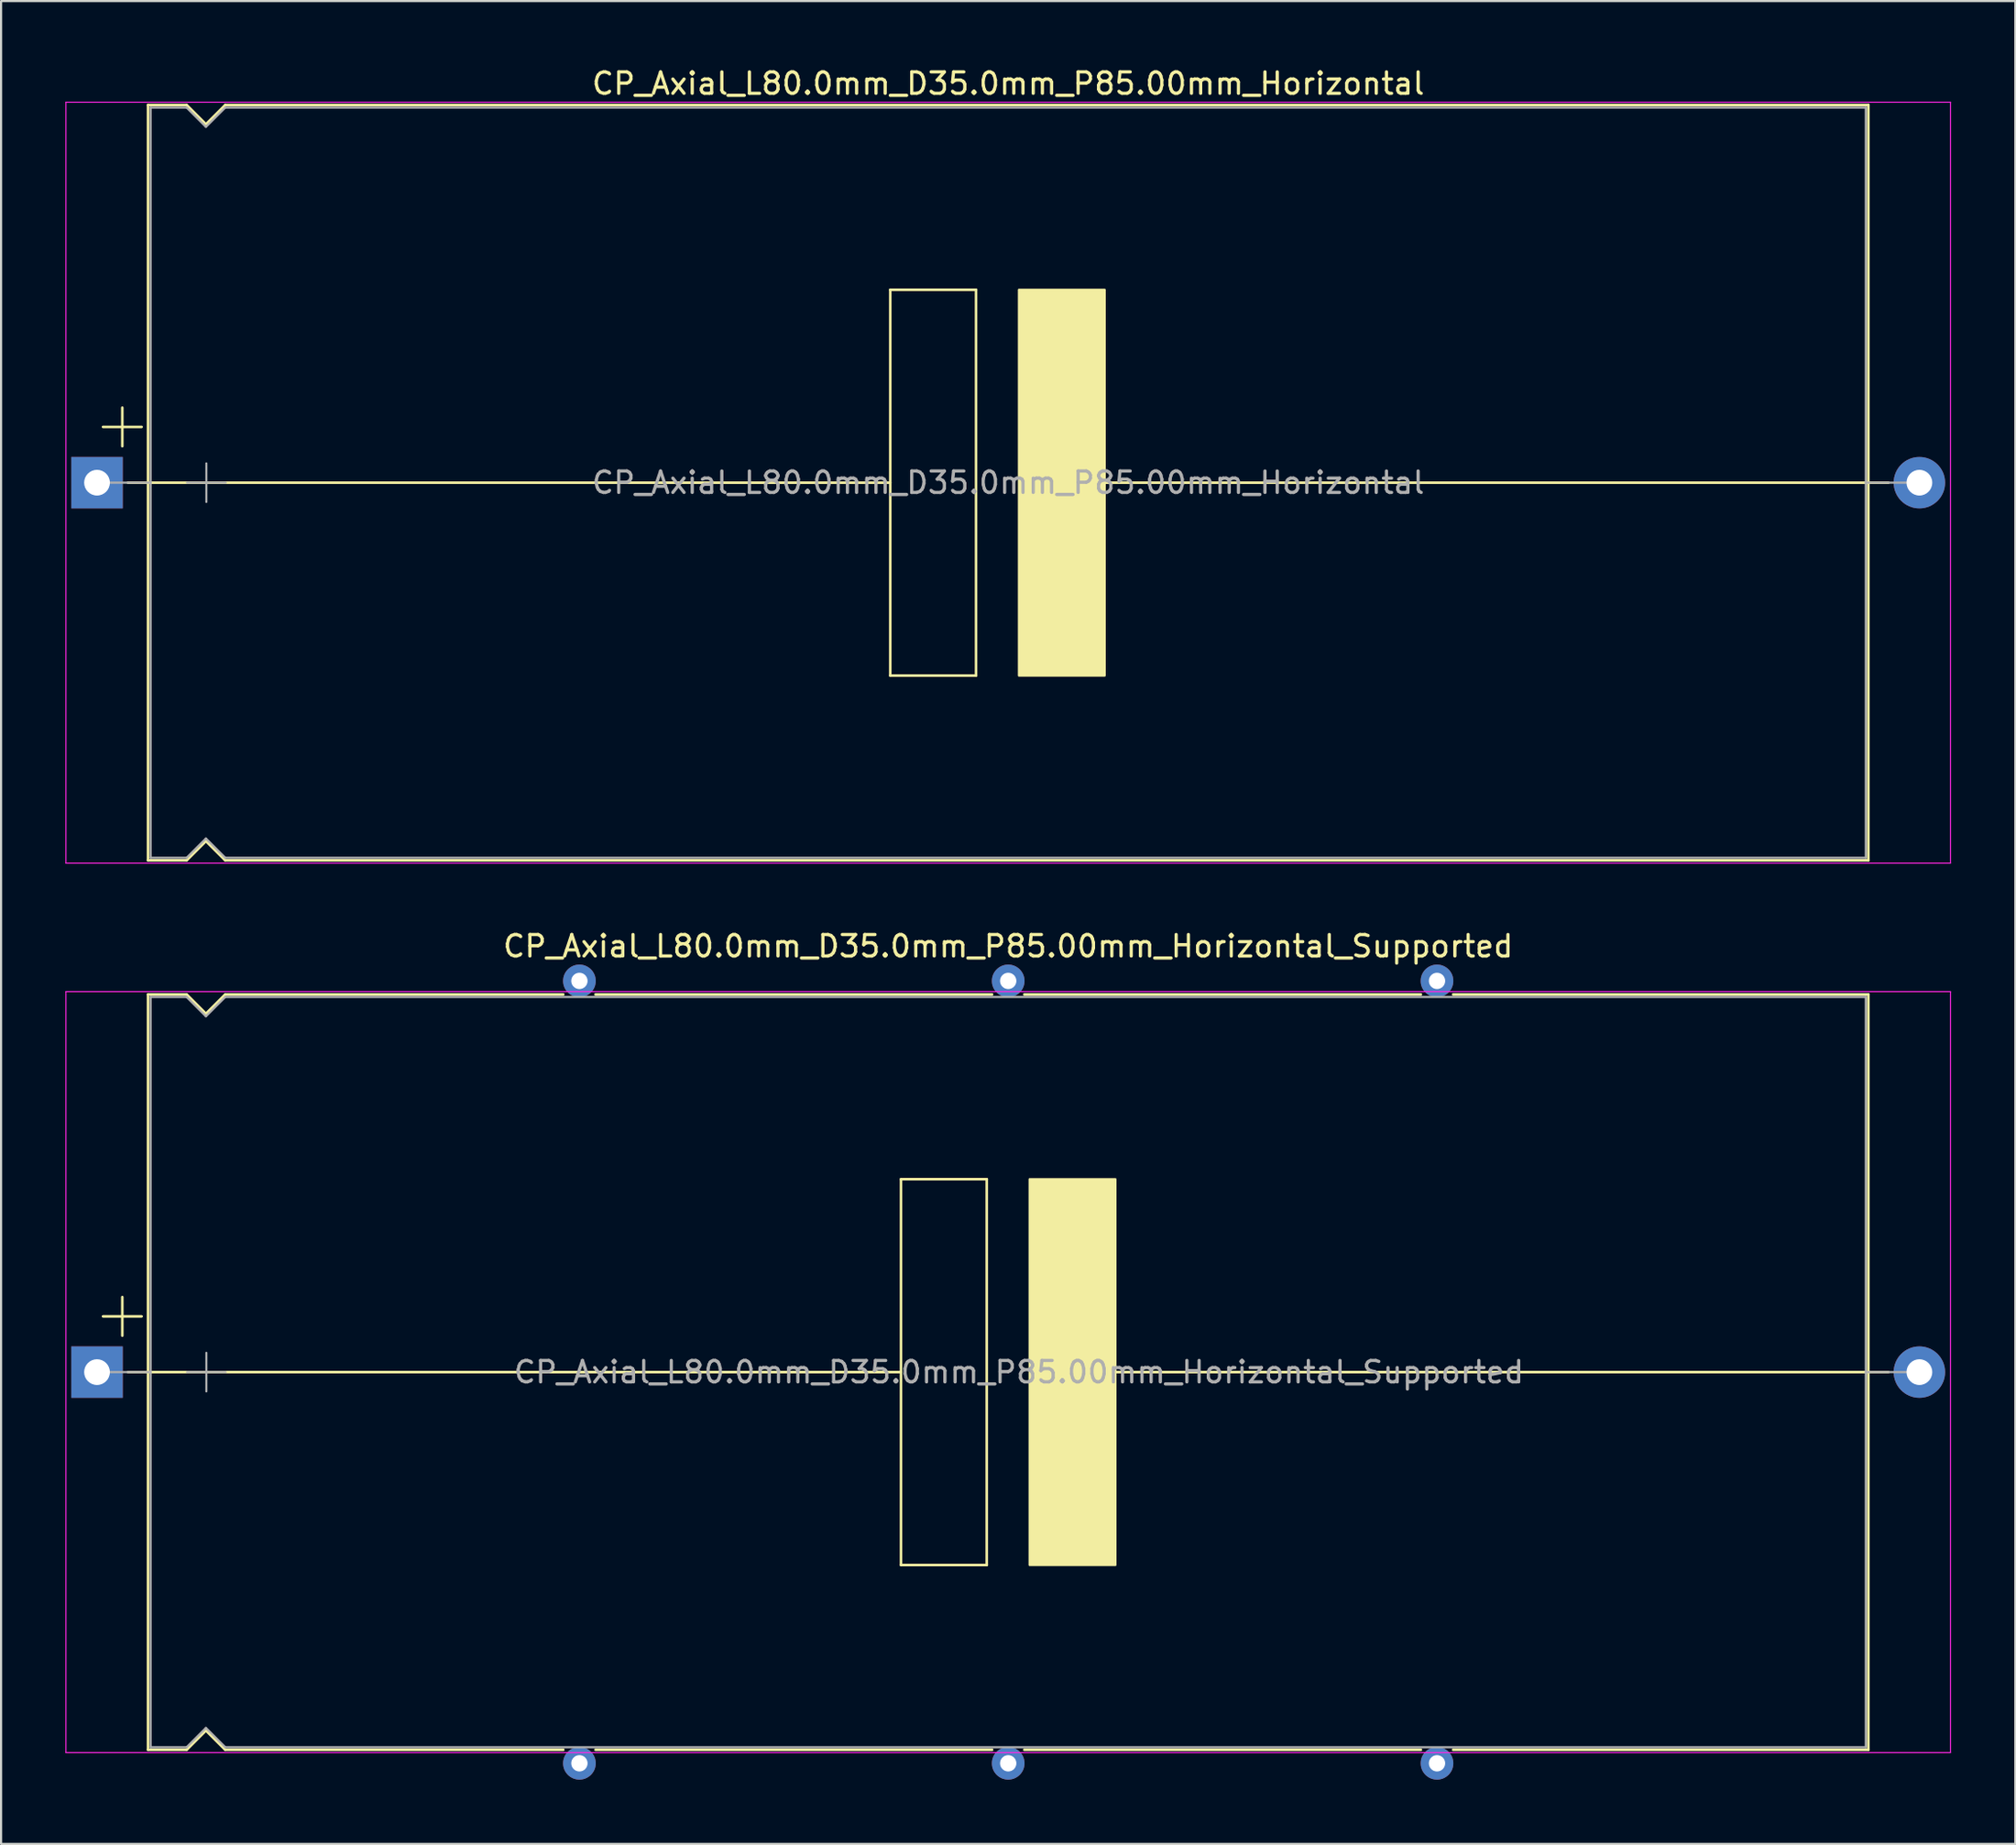
<source format=kicad_pcb>
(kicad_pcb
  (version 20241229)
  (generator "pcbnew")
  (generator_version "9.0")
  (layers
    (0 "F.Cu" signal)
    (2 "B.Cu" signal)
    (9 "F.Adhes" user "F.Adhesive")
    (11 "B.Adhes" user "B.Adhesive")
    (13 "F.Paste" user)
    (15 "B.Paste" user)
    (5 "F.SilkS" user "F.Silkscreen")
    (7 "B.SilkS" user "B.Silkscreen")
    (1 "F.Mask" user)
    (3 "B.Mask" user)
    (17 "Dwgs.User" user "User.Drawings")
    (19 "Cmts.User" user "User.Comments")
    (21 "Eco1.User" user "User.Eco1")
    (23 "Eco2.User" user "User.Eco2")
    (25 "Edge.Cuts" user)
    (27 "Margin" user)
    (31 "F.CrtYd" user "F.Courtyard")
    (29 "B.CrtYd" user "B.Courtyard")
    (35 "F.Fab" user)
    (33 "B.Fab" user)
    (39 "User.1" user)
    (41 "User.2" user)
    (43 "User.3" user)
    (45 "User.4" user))
  (footprint "CP_Axial_L80.0mm_D35.0mm_P85.00mm_Horizontal_Supported"
    (layer "F.Cu")
    (at 1.475 60.962)
    (property "Reference" "CP_Axial_L80.0mm_D35.0mm_P85.00mm_Horizontal_Supported" (at 42.5 -19.87 0) (layer "F.SilkS") (effects (font (size 1 1) (thickness 0.15))))
    (attr through_hole)
    (fp_line (start 0.28 -2.6) (end 2.08 -2.6) (stroke (width 0.12) (type solid)) (layer "F.SilkS"))
    (fp_line (start 1.18 -3.5) (end 1.18 -1.7) (stroke (width 0.12) (type solid)) (layer "F.SilkS"))
    (fp_line (start 1.44 0) (end 2.38 0) (stroke (width 0.12) (type solid)) (layer "F.SilkS"))
    (fp_line (start 2.38 -17.62) (end 2.38 17.62) (stroke (width 0.12) (type solid)) (layer "F.SilkS"))
    (fp_line (start 2.38 -17.62) (end 4.18 -17.62) (stroke (width 0.12) (type solid)) (layer "F.SilkS"))
    (fp_line (start 2.38 0) (end 37.5 0) (stroke (width 0.12) (type solid)) (layer "F.SilkS"))
    (fp_line (start 2.38 17.62) (end 4.18 17.62) (stroke (width 0.12) (type solid)) (layer "F.SilkS"))
    (fp_line (start 4.18 -17.62) (end 5.08 -16.72) (stroke (width 0.12) (type solid)) (layer "F.SilkS"))
    (fp_line (start 4.18 17.62) (end 5.08 16.72) (stroke (width 0.12) (type solid)) (layer "F.SilkS"))
    (fp_line (start 5.08 -16.72) (end 5.98 -17.62) (stroke (width 0.12) (type solid)) (layer "F.SilkS"))
    (fp_line (start 5.08 16.72) (end 5.98 17.62) (stroke (width 0.12) (type solid)) (layer "F.SilkS"))
    (fp_line (start 5.98 -17.62) (end 21.75 -17.62) (stroke (width 0.12) (type solid)) (layer "F.SilkS"))
    (fp_line (start 5.98 17.62) (end 21.75 17.62) (stroke (width 0.12) (type solid)) (layer "F.SilkS"))
    (fp_line (start 23.25 -17.62) (end 41.75 -17.62) (stroke (width 0.12) (type solid)) (layer "F.SilkS"))
    (fp_line (start 23.25 17.62) (end 41.75 17.62) (stroke (width 0.12) (type solid)) (layer "F.SilkS"))
    (fp_line (start 37.5 -9) (end 41.5 -9) (stroke (width 0.12) (type solid)) (layer "F.SilkS"))
    (fp_line (start 37.5 9) (end 37.5 -9) (stroke (width 0.12) (type solid)) (layer "F.SilkS"))
    (fp_line (start 41.5 -9) (end 41.5 9) (stroke (width 0.12) (type solid)) (layer "F.SilkS"))
    (fp_line (start 41.5 9) (end 37.5 9) (stroke (width 0.12) (type solid)) (layer "F.SilkS"))
    (fp_line (start 43.25 -17.62) (end 61.75 -17.62) (stroke (width 0.12) (type solid)) (layer "F.SilkS"))
    (fp_line (start 43.25 17.62) (end 61.75 17.62) (stroke (width 0.12) (type solid)) (layer "F.SilkS"))
    (fp_line (start 47 0) (end 82.62 0) (stroke (width 0.12) (type solid)) (layer "F.SilkS"))
    (fp_line (start 63.25 -17.62) (end 82.62 -17.62) (stroke (width 0.12) (type solid)) (layer "F.SilkS"))
    (fp_line (start 63.25 17.62) (end 82.62 17.62) (stroke (width 0.12) (type solid)) (layer "F.SilkS"))
    (fp_line (start 82.62 -17.62) (end 82.62 17.62) (stroke (width 0.12) (type solid)) (layer "F.SilkS"))
    (fp_line (start 83.56 0) (end 82.62 0) (stroke (width 0.12) (type solid)) (layer "F.SilkS"))
    (fp_poly (pts (xy 47.5 9) (xy 43.5 9) (xy 43.5 -9) (xy 47.5 -9)) (stroke (width 0.1) (type solid)) (fill yes) (layer "F.SilkS"))
    (fp_line (start -1.45 -17.75) (end -1.45 17.75) (stroke (width 0.05) (type solid)) (layer "F.CrtYd"))
    (fp_line (start -1.45 17.75) (end 86.45 17.75) (stroke (width 0.05) (type solid)) (layer "F.CrtYd"))
    (fp_line (start 86.45 -17.75) (end -1.45 -17.75) (stroke (width 0.05) (type solid)) (layer "F.CrtYd"))
    (fp_line (start 86.45 17.75) (end 86.45 -17.75) (stroke (width 0.05) (type solid)) (layer "F.CrtYd"))
    (fp_line (start 0 0) (end 2.5 0) (stroke (width 0.1) (type solid)) (layer "F.Fab"))
    (fp_line (start 2.5 -17.5) (end 2.5 17.5) (stroke (width 0.1) (type solid)) (layer "F.Fab"))
    (fp_line (start 2.5 -17.5) (end 4.18 -17.5) (stroke (width 0.1) (type solid)) (layer "F.Fab"))
    (fp_line (start 2.5 17.5) (end 4.18 17.5) (stroke (width 0.1) (type solid)) (layer "F.Fab"))
    (fp_line (start 4.18 -17.5) (end 5.08 -16.6) (stroke (width 0.1) (type solid)) (layer "F.Fab"))
    (fp_line (start 4.18 17.5) (end 5.08 16.6) (stroke (width 0.1) (type solid)) (layer "F.Fab"))
    (fp_line (start 4.2 0) (end 6 0) (stroke (width 0.1) (type solid)) (layer "F.Fab"))
    (fp_line (start 5.08 -16.6) (end 5.98 -17.5) (stroke (width 0.1) (type solid)) (layer "F.Fab"))
    (fp_line (start 5.08 16.6) (end 5.98 17.5) (stroke (width 0.1) (type solid)) (layer "F.Fab"))
    (fp_line (start 5.1 -0.9) (end 5.1 0.9) (stroke (width 0.1) (type solid)) (layer "F.Fab"))
    (fp_line (start 5.98 -17.5) (end 82.5 -17.5) (stroke (width 0.1) (type solid)) (layer "F.Fab"))
    (fp_line (start 5.98 17.5) (end 82.5 17.5) (stroke (width 0.1) (type solid)) (layer "F.Fab"))
    (fp_line (start 82.5 -17.5) (end 82.5 17.5) (stroke (width 0.1) (type solid)) (layer "F.Fab"))
    (fp_line (start 85 0) (end 82.5 0) (stroke (width 0.1) (type solid)) (layer "F.Fab"))
    (fp_text user "${REFERENCE}" (at 43 0 0) (layer "F.Fab") (effects (font (size 1 1) (thickness 0.15))))
    (pad "" thru_hole circle (at 22.5 -18.25) (size 1.524 1.524) (drill 0.762) (layers "*.Cu" "*.Mask"))
    (pad "" thru_hole circle (at 22.5 18.25) (size 1.524 1.524) (drill 0.762) (layers "*.Cu" "*.Mask"))
    (pad "" thru_hole circle (at 42.5 -18.25) (size 1.524 1.524) (drill 0.762) (layers "*.Cu" "*.Mask"))
    (pad "" thru_hole circle (at 42.5 18.25) (size 1.524 1.524) (drill 0.762) (layers "*.Cu" "*.Mask"))
    (pad "" thru_hole circle (at 62.5 -18.25) (size 1.524 1.524) (drill 0.762) (layers "*.Cu" "*.Mask"))
    (pad "" thru_hole circle (at 62.5 18.25) (size 1.524 1.524) (drill 0.762) (layers "*.Cu" "*.Mask"))
    (pad "1" thru_hole rect (at 0 0) (size 2.4 2.4) (drill 1.2) (layers "*.Cu" "*.Mask"))
    (pad "2" thru_hole oval (at 85 0) (size 2.4 2.4) (drill 1.2) (layers "*.Cu" "*.Mask")))
  (footprint "CP_Axial_L80.0mm_D35.0mm_P85.00mm_Horizontal"
    (layer "F.Cu")
    (at 1.475 19.468)
    (property "Reference" "CP_Axial_L80.0mm_D35.0mm_P85.00mm_Horizontal" (at 42.5 -18.62 0) (layer "F.SilkS") (effects (font (size 1 1) (thickness 0.15))))
    (attr through_hole)
    (fp_line (start 0.28 -2.6) (end 2.08 -2.6) (stroke (width 0.12) (type solid)) (layer "F.SilkS"))
    (fp_line (start 1.18 -3.5) (end 1.18 -1.7) (stroke (width 0.12) (type solid)) (layer "F.SilkS"))
    (fp_line (start 1.44 0) (end 2.38 0) (stroke (width 0.12) (type solid)) (layer "F.SilkS"))
    (fp_line (start 2.38 -17.62) (end 2.38 17.62) (stroke (width 0.12) (type solid)) (layer "F.SilkS"))
    (fp_line (start 2.38 -17.62) (end 4.18 -17.62) (stroke (width 0.12) (type solid)) (layer "F.SilkS"))
    (fp_line (start 2.38 0) (end 37 0) (stroke (width 0.12) (type solid)) (layer "F.SilkS"))
    (fp_line (start 2.38 17.62) (end 4.18 17.62) (stroke (width 0.12) (type solid)) (layer "F.SilkS"))
    (fp_line (start 4.18 -17.62) (end 5.08 -16.72) (stroke (width 0.12) (type solid)) (layer "F.SilkS"))
    (fp_line (start 4.18 17.62) (end 5.08 16.72) (stroke (width 0.12) (type solid)) (layer "F.SilkS"))
    (fp_line (start 5.08 -16.72) (end 5.98 -17.62) (stroke (width 0.12) (type solid)) (layer "F.SilkS"))
    (fp_line (start 5.08 16.72) (end 5.98 17.62) (stroke (width 0.12) (type solid)) (layer "F.SilkS"))
    (fp_line (start 5.98 -17.62) (end 82.62 -17.62) (stroke (width 0.12) (type solid)) (layer "F.SilkS"))
    (fp_line (start 5.98 17.62) (end 82.62 17.62) (stroke (width 0.12) (type solid)) (layer "F.SilkS"))
    (fp_line (start 37 -9) (end 41 -9) (stroke (width 0.12) (type solid)) (layer "F.SilkS"))
    (fp_line (start 37 9) (end 37 -9) (stroke (width 0.12) (type solid)) (layer "F.SilkS"))
    (fp_line (start 41 -9) (end 41 9) (stroke (width 0.12) (type solid)) (layer "F.SilkS"))
    (fp_line (start 41 9) (end 37 9) (stroke (width 0.12) (type solid)) (layer "F.SilkS"))
    (fp_line (start 47 0) (end 82.62 0) (stroke (width 0.12) (type solid)) (layer "F.SilkS"))
    (fp_line (start 82.62 -17.62) (end 82.62 17.62) (stroke (width 0.12) (type solid)) (layer "F.SilkS"))
    (fp_line (start 83.56 0) (end 82.62 0) (stroke (width 0.12) (type solid)) (layer "F.SilkS"))
    (fp_poly (pts (xy 47 9) (xy 43 9) (xy 43 -9) (xy 47 -9)) (stroke (width 0.1) (type solid)) (fill yes) (layer "F.SilkS"))
    (fp_line (start -1.45 -17.75) (end -1.45 17.75) (stroke (width 0.05) (type solid)) (layer "F.CrtYd"))
    (fp_line (start -1.45 17.75) (end 86.45 17.75) (stroke (width 0.05) (type solid)) (layer "F.CrtYd"))
    (fp_line (start 86.45 -17.75) (end -1.45 -17.75) (stroke (width 0.05) (type solid)) (layer "F.CrtYd"))
    (fp_line (start 86.45 17.75) (end 86.45 -17.75) (stroke (width 0.05) (type solid)) (layer "F.CrtYd"))
    (fp_line (start 0 0) (end 2.5 0) (stroke (width 0.1) (type solid)) (layer "F.Fab"))
    (fp_line (start 2.5 -17.5) (end 2.5 17.5) (stroke (width 0.1) (type solid)) (layer "F.Fab"))
    (fp_line (start 2.5 -17.5) (end 4.18 -17.5) (stroke (width 0.1) (type solid)) (layer "F.Fab"))
    (fp_line (start 2.5 17.5) (end 4.18 17.5) (stroke (width 0.1) (type solid)) (layer "F.Fab"))
    (fp_line (start 4.18 -17.5) (end 5.08 -16.6) (stroke (width 0.1) (type solid)) (layer "F.Fab"))
    (fp_line (start 4.18 17.5) (end 5.08 16.6) (stroke (width 0.1) (type solid)) (layer "F.Fab"))
    (fp_line (start 4.2 0) (end 6 0) (stroke (width 0.1) (type solid)) (layer "F.Fab"))
    (fp_line (start 5.08 -16.6) (end 5.98 -17.5) (stroke (width 0.1) (type solid)) (layer "F.Fab"))
    (fp_line (start 5.08 16.6) (end 5.98 17.5) (stroke (width 0.1) (type solid)) (layer "F.Fab"))
    (fp_line (start 5.1 -0.9) (end 5.1 0.9) (stroke (width 0.1) (type solid)) (layer "F.Fab"))
    (fp_line (start 5.98 -17.5) (end 82.5 -17.5) (stroke (width 0.1) (type solid)) (layer "F.Fab"))
    (fp_line (start 5.98 17.5) (end 82.5 17.5) (stroke (width 0.1) (type solid)) (layer "F.Fab"))
    (fp_line (start 82.5 -17.5) (end 82.5 17.5) (stroke (width 0.1) (type solid)) (layer "F.Fab"))
    (fp_line (start 85 0) (end 82.5 0) (stroke (width 0.1) (type solid)) (layer "F.Fab"))
    (fp_text user "${REFERENCE}" (at 42.5 0 0) (layer "F.Fab") (effects (font (size 1 1) (thickness 0.15))))
    (pad "1" thru_hole rect (at 0 0) (size 2.4 2.4) (drill 1.2) (layers "*.Cu" "*.Mask"))
    (pad "2" thru_hole oval (at 85 0) (size 2.4 2.4) (drill 1.2) (layers "*.Cu" "*.Mask")))
  (gr_rect
    (start -3 -3)
    (end 90.95 82.974)
    (stroke (width 0.1) (type default))
    (fill no)
    (layer "Edge.Cuts")))
</source>
